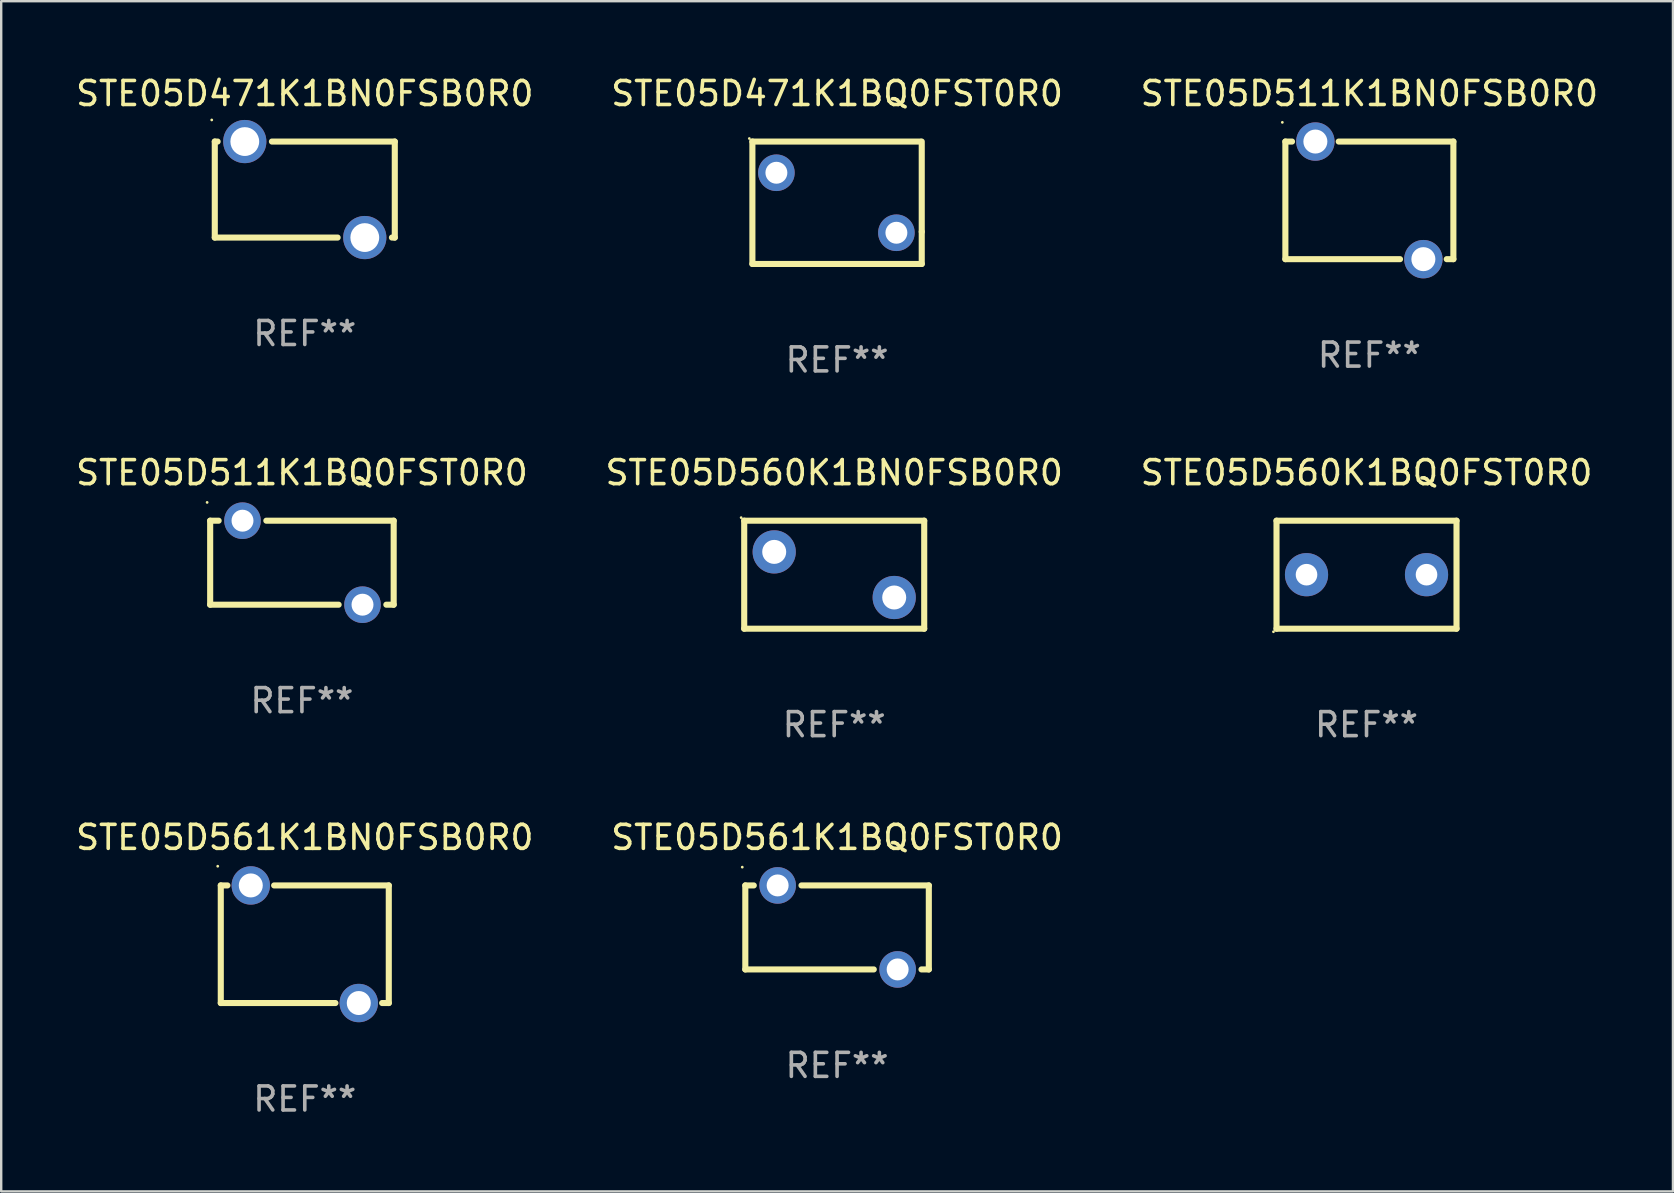
<source format=kicad_pcb>
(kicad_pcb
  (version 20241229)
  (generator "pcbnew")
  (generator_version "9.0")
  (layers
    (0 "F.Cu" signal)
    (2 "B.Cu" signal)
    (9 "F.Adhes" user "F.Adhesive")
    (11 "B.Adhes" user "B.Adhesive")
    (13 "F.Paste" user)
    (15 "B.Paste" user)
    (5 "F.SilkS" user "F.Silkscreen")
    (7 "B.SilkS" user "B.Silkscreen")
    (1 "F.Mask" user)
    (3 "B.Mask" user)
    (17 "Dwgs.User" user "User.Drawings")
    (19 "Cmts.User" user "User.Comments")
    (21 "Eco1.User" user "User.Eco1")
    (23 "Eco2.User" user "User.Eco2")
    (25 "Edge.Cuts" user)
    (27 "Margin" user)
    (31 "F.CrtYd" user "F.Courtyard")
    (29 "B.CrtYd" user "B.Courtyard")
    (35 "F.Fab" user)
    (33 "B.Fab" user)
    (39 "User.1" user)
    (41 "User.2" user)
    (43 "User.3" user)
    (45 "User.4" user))
  (footprint "STE05D560K1BQ0FST0R0"
    (layer "F.Cu")
    (at 53.887 20.895)
    (property "Reference" "STE05D560K1BQ0FST0R0" (at 0 -4.25 0) (layer "F.SilkS") (effects (font (size 1 1) (thickness 0.15))))
    (attr through_hole)
    (fp_line (start -3.75 -2.25) (end -3.75 2.25) (stroke (width 0.254) (type solid)) (layer "F.SilkS"))
    (fp_line (start -3.75 -2.25) (end 3.75 -2.25) (stroke (width 0.254) (type solid)) (layer "F.SilkS"))
    (fp_line (start -3.75 2.25) (end 3.75 2.25) (stroke (width 0.254) (type solid)) (layer "F.SilkS"))
    (fp_line (start 3.75 -2.25) (end 3.75 2.25) (stroke (width 0.254) (type solid)) (layer "F.SilkS"))
    (fp_circle (center -3.877 2.377) (end -3.847 2.377) (stroke (width 0.06) (type solid)) (fill no) (layer "F.SilkS"))
    (fp_text user "REF**" (at 0 6.25 0) (layer "F.Fab") (effects (font (size 1 1) (thickness 0.15))))
    (pad "1" thru_hole circle (at -2.5 0) (size 1.8 1.8) (drill 0.9) (layers "*.Cu" "*.Mask"))
    (pad "2" thru_hole circle (at 2.5 0) (size 1.8 1.8) (drill 0.9) (layers "*.Cu" "*.Mask")))
  (footprint "STE05D511K1BN0FSB0R0"
    (layer "F.Cu")
    (at 54.006 5.298)
    (property "Reference" "STE05D511K1BN0FSB0R0" (at 0 -4.45 0) (layer "F.SilkS") (effects (font (size 1 1) (thickness 0.15))))
    (attr through_hole)
    (fp_line (start -3.5 -2.45) (end -3.223 -2.45) (stroke (width 0.254) (type solid)) (layer "F.SilkS"))
    (fp_line (start -3.5 2.45) (end -3.5 -2.45) (stroke (width 0.254) (type solid)) (layer "F.SilkS"))
    (fp_line (start -3.5 2.45) (end 1.277 2.45) (stroke (width 0.254) (type solid)) (layer "F.SilkS"))
    (fp_line (start -1.277 -2.45) (end 3.5 -2.45) (stroke (width 0.254) (type solid)) (layer "F.SilkS"))
    (fp_line (start 3.223 2.45) (end 3.5 2.45) (stroke (width 0.254) (type solid)) (layer "F.SilkS"))
    (fp_line (start 3.5 -2.45) (end 3.5 2.45) (stroke (width 0.254) (type solid)) (layer "F.SilkS"))
    (fp_circle (center -3.627 -3.25) (end -3.597 -3.25) (stroke (width 0.06) (type solid)) (fill no) (layer "F.SilkS"))
    (fp_text user "REF**" (at 0 6.45 0) (layer "F.Fab") (effects (font (size 1 1) (thickness 0.15))))
    (pad "1" thru_hole circle (at -2.25 -2.45) (size 1.6 1.6) (drill 1) (layers "*.Cu" "*.Mask"))
    (pad "2" thru_hole circle (at 2.25 2.45) (size 1.6 1.6) (drill 1) (layers "*.Cu" "*.Mask")))
  (footprint "STE05D471K1BQ0FST0R0"
    (layer "F.Cu")
    (at 31.827 5.398)
    (property "Reference" "STE05D471K1BQ0FST0R0" (at 0 -4.55 0) (layer "F.SilkS") (effects (font (size 1 1) (thickness 0.15))))
    (attr through_hole)
    (fp_line (start -3.528 2.55) (end 3.528 2.55) (stroke (width 0.254) (type solid)) (layer "F.SilkS"))
    (fp_line (start -3.528 -2.55) (end -3.528 2.55) (stroke (width 0.254) (type solid)) (layer "F.SilkS"))
    (fp_line (start -3.528 -2.55) (end 3.472 -2.55) (stroke (width 0.254) (type solid)) (layer "F.SilkS"))
    (fp_line (start 3.528 1.207) (end 3.528 -2.55) (stroke (width 0.254) (type solid)) (layer "F.SilkS"))
    (fp_line (start 3.528 2.55) (end 3.528 1.207) (stroke (width 0.254) (type solid)) (layer "F.SilkS"))
    (fp_circle (center -3.655 -2.677) (end -3.625 -2.677) (stroke (width 0.06) (type solid)) (fill no) (layer "F.SilkS"))
    (fp_text user "REF**" (at 0 6.55 0) (layer "F.Fab") (effects (font (size 1 1) (thickness 0.15))))
    (pad "1" thru_hole circle (at -2.528 -1.25) (size 1.524 1.524) (drill 0.914) (layers "*.Cu" "*.Mask"))
    (pad "2" thru_hole circle (at 2.472 1.25) (size 1.524 1.524) (drill 0.914) (layers "*.Cu" "*.Mask")))
  (footprint "STE05D560K1BN0FSB0R0"
    (layer "F.Cu")
    (at 31.708 20.895)
    (property "Reference" "STE05D560K1BN0FSB0R0" (at 0 -4.25 0) (layer "F.SilkS") (effects (font (size 1 1) (thickness 0.15))))
    (attr through_hole)
    (fp_line (start -3.75 -2.25) (end -3.75 2.25) (stroke (width 0.254) (type solid)) (layer "F.SilkS"))
    (fp_line (start -3.75 -2.25) (end 3.75 -2.25) (stroke (width 0.254) (type solid)) (layer "F.SilkS"))
    (fp_line (start -3.75 2.25) (end 3.75 2.25) (stroke (width 0.254) (type solid)) (layer "F.SilkS"))
    (fp_line (start 3.75 -2.25) (end 3.75 2.25) (stroke (width 0.254) (type solid)) (layer "F.SilkS"))
    (fp_circle (center -3.877 -2.377) (end -3.847 -2.377) (stroke (width 0.06) (type solid)) (fill no) (layer "F.SilkS"))
    (fp_text user "REF**" (at 0 6.25 0) (layer "F.Fab") (effects (font (size 1 1) (thickness 0.15))))
    (pad "1" thru_hole circle (at -2.5 -0.95) (size 1.8 1.8) (drill 1) (layers "*.Cu" "*.Mask"))
    (pad "2" thru_hole circle (at 2.5 0.95) (size 1.8 1.8) (drill 1) (layers "*.Cu" "*.Mask")))
  (footprint "STE05D471K1BN0FSB0R0"
    (layer "F.Cu")
    (at 9.649 4.848)
    (property "Reference" "STE05D471K1BN0FSB0R0" (at 0 -4 0) (layer "F.SilkS") (effects (font (size 1 1) (thickness 0.15))))
    (attr through_hole)
    (fp_line (start -3.75 -2) (end -3.631 -2) (stroke (width 0.254) (type solid)) (layer "F.SilkS"))
    (fp_line (start -3.75 2) (end -3.75 -2) (stroke (width 0.254) (type solid)) (layer "F.SilkS"))
    (fp_line (start -1.369 -2) (end 3.75 -2) (stroke (width 0.254) (type solid)) (layer "F.SilkS"))
    (fp_line (start 1.369 2) (end -3.75 2) (stroke (width 0.254) (type solid)) (layer "F.SilkS"))
    (fp_line (start 3.75 -2) (end 3.75 2) (stroke (width 0.254) (type solid)) (layer "F.SilkS"))
    (fp_line (start 3.75 2) (end 3.631 2) (stroke (width 0.254) (type solid)) (layer "F.SilkS"))
    (fp_circle (center -3.877 -2.9) (end -3.847 -2.9) (stroke (width 0.06) (type solid)) (fill no) (layer "F.SilkS"))
    (fp_text user "REF**" (at 0 6 0) (layer "F.Fab") (effects (font (size 1 1) (thickness 0.15))))
    (pad "1" thru_hole circle (at -2.5 -2) (size 1.8 1.8) (drill 1.2) (layers "*.Cu" "*.Mask"))
    (pad "2" thru_hole circle (at 2.5 2) (size 1.8 1.8) (drill 1.2) (layers "*.Cu" "*.Mask")))
  (footprint "STE05D511K1BQ0FST0R0"
    (layer "F.Cu")
    (at 9.53 20.395)
    (property "Reference" "STE05D511K1BQ0FST0R0" (at 0 -3.75 0) (layer "F.SilkS") (effects (font (size 1 1) (thickness 0.15))))
    (attr through_hole)
    (fp_line (start -3.823 -1.75) (end -3.47 -1.75) (stroke (width 0.254) (type solid)) (layer "F.SilkS"))
    (fp_line (start -3.823 1.75) (end -3.823 -1.75) (stroke (width 0.254) (type solid)) (layer "F.SilkS"))
    (fp_line (start -3.823 1.75) (end 1.53 1.75) (stroke (width 0.254) (type solid)) (layer "F.SilkS"))
    (fp_line (start -1.483 -1.75) (end 3.823 -1.75) (stroke (width 0.254) (type solid)) (layer "F.SilkS"))
    (fp_line (start 3.517 1.75) (end 3.823 1.75) (stroke (width 0.254) (type solid)) (layer "F.SilkS"))
    (fp_line (start 3.823 -1.75) (end 3.823 1.75) (stroke (width 0.254) (type solid)) (layer "F.SilkS"))
    (fp_circle (center -3.95 -2.512) (end -3.92 -2.512) (stroke (width 0.06) (type solid)) (fill no) (layer "F.SilkS"))
    (fp_text user "REF**" (at 0 5.75 0) (layer "F.Fab") (effects (font (size 1 1) (thickness 0.15))))
    (pad "1" thru_hole circle (at -2.476 -1.75) (size 1.524 1.524) (drill 0.914) (layers "*.Cu" "*.Mask"))
    (pad "2" thru_hole circle (at 2.524 1.75) (size 1.524 1.524) (drill 0.914) (layers "*.Cu" "*.Mask")))
  (footprint "STE05D561K1BN0FSB0R0"
    (layer "F.Cu")
    (at 9.649 36.292)
    (property "Reference" "STE05D561K1BN0FSB0R0" (at 0 -4.45 0) (layer "F.SilkS") (effects (font (size 1 1) (thickness 0.15))))
    (attr through_hole)
    (fp_line (start -3.5 -2.45) (end -3.223 -2.45) (stroke (width 0.254) (type solid)) (layer "F.SilkS"))
    (fp_line (start -3.5 2.45) (end -3.5 -2.45) (stroke (width 0.254) (type solid)) (layer "F.SilkS"))
    (fp_line (start -3.5 2.45) (end 1.277 2.45) (stroke (width 0.254) (type solid)) (layer "F.SilkS"))
    (fp_line (start -1.277 -2.45) (end 3.5 -2.45) (stroke (width 0.254) (type solid)) (layer "F.SilkS"))
    (fp_line (start 3.223 2.45) (end 3.5 2.45) (stroke (width 0.254) (type solid)) (layer "F.SilkS"))
    (fp_line (start 3.5 -2.45) (end 3.5 2.45) (stroke (width 0.254) (type solid)) (layer "F.SilkS"))
    (fp_circle (center -3.627 -3.25) (end -3.597 -3.25) (stroke (width 0.06) (type solid)) (fill no) (layer "F.SilkS"))
    (fp_text user "REF**" (at 0 6.45 0) (layer "F.Fab") (effects (font (size 1 1) (thickness 0.15))))
    (pad "1" thru_hole circle (at -2.25 -2.45) (size 1.6 1.6) (drill 1) (layers "*.Cu" "*.Mask"))
    (pad "2" thru_hole circle (at 2.25 2.45) (size 1.6 1.6) (drill 1) (layers "*.Cu" "*.Mask")))
  (footprint "STE05D561K1BQ0FST0R0"
    (layer "F.Cu")
    (at 31.827 35.592)
    (property "Reference" "STE05D561K1BQ0FST0R0" (at 0 -3.75 0) (layer "F.SilkS") (effects (font (size 1 1) (thickness 0.15))))
    (attr through_hole)
    (fp_line (start -3.823 -1.75) (end -3.47 -1.75) (stroke (width 0.254) (type solid)) (layer "F.SilkS"))
    (fp_line (start -3.823 1.75) (end -3.823 -1.75) (stroke (width 0.254) (type solid)) (layer "F.SilkS"))
    (fp_line (start -3.823 1.75) (end 1.53 1.75) (stroke (width 0.254) (type solid)) (layer "F.SilkS"))
    (fp_line (start -1.483 -1.75) (end 3.823 -1.75) (stroke (width 0.254) (type solid)) (layer "F.SilkS"))
    (fp_line (start 3.517 1.75) (end 3.823 1.75) (stroke (width 0.254) (type solid)) (layer "F.SilkS"))
    (fp_line (start 3.823 -1.75) (end 3.823 1.75) (stroke (width 0.254) (type solid)) (layer "F.SilkS"))
    (fp_circle (center -3.95 -2.512) (end -3.92 -2.512) (stroke (width 0.06) (type solid)) (fill no) (layer "F.SilkS"))
    (fp_text user "REF**" (at 0 5.75 0) (layer "F.Fab") (effects (font (size 1 1) (thickness 0.15))))
    (pad "1" thru_hole circle (at -2.476 -1.75) (size 1.524 1.524) (drill 0.914) (layers "*.Cu" "*.Mask"))
    (pad "2" thru_hole circle (at 2.524 1.75) (size 1.524 1.524) (drill 0.914) (layers "*.Cu" "*.Mask")))
  (gr_rect
    (start -3 -3)
    (end 66.655 46.59)
    (stroke (width 0.1) (type default))
    (fill no)
    (layer "Edge.Cuts")))
</source>
